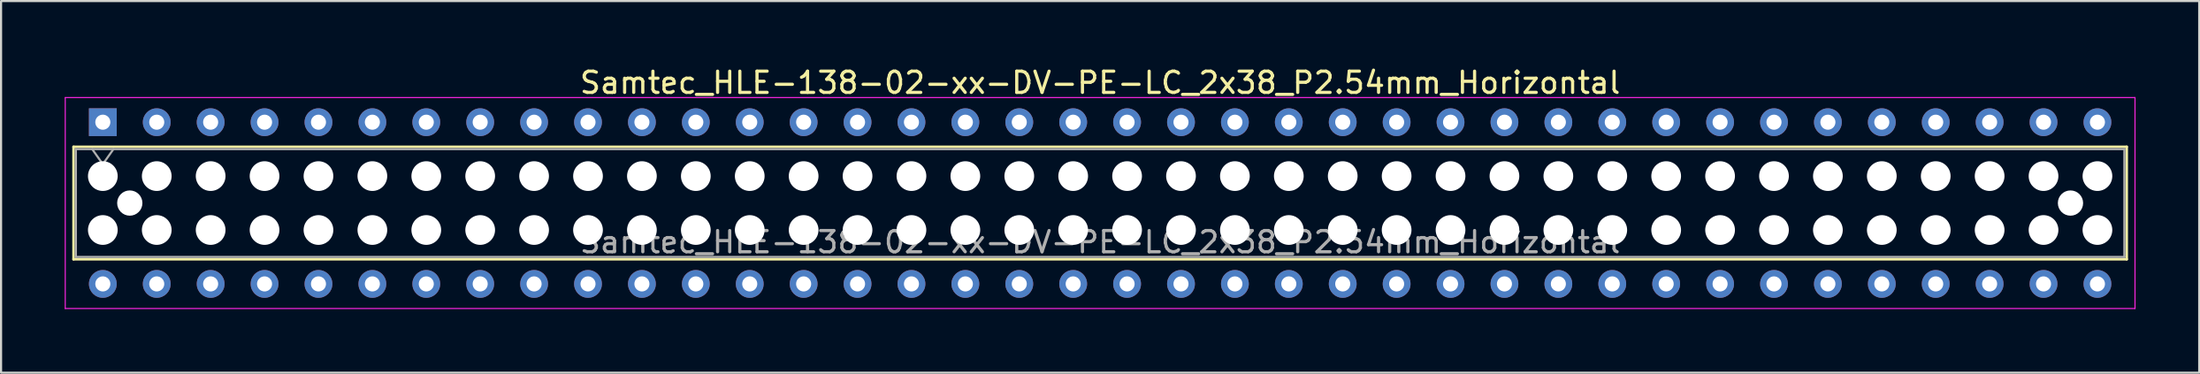
<source format=kicad_pcb>
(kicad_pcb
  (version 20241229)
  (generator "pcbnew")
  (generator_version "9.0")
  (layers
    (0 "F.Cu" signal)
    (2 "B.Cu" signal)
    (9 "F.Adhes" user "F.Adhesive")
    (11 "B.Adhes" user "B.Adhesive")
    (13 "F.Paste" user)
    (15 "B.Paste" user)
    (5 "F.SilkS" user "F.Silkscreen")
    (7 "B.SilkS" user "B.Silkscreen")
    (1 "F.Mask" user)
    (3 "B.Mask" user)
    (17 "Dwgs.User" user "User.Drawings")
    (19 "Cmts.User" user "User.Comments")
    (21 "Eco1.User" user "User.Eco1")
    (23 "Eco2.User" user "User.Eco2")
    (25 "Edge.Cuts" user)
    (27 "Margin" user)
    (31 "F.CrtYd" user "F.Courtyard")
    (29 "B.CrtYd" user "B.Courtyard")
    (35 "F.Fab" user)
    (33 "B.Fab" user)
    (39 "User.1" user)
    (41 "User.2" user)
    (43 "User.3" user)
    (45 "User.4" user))
  (footprint "Samtec_HLE-138-02-xx-DV-PE-LC_2x38_P2.54mm_Horizontal"
    (layer "F.Cu")
    (at 1.795 2.708)
    (property "Reference" "Samtec_HLE-138-02-xx-DV-PE-LC_2x38_P2.54mm_Horizontal" (at 46.99 -1.86 0) (layer "F.SilkS") (effects (font (size 1 1) (thickness 0.15))))
    (attr through_hole)
    (fp_line (start -1.38 1.16) (end 95.36 1.16) (stroke (width 0.12) (type solid)) (layer "F.SilkS"))
    (fp_line (start -1.38 6.46) (end -1.38 1.16) (stroke (width 0.12) (type solid)) (layer "F.SilkS"))
    (fp_line (start 95.36 1.16) (end 95.36 6.46) (stroke (width 0.12) (type solid)) (layer "F.SilkS"))
    (fp_line (start 95.36 6.46) (end -1.38 6.46) (stroke (width 0.12) (type solid)) (layer "F.SilkS"))
    (fp_line (start -1.77 -1.16) (end 95.75 -1.16) (stroke (width 0.05) (type solid)) (layer "F.CrtYd"))
    (fp_line (start -1.77 8.78) (end -1.77 -1.16) (stroke (width 0.05) (type solid)) (layer "F.CrtYd"))
    (fp_line (start 95.75 -1.16) (end 95.75 8.78) (stroke (width 0.05) (type solid)) (layer "F.CrtYd"))
    (fp_line (start 95.75 8.78) (end -1.77 8.78) (stroke (width 0.05) (type solid)) (layer "F.CrtYd"))
    (fp_line (start -1.27 1.27) (end 95.25 1.27) (stroke (width 0.1) (type solid)) (layer "F.Fab"))
    (fp_line (start -1.27 6.35) (end -1.27 1.27) (stroke (width 0.1) (type solid)) (layer "F.Fab"))
    (fp_line (start -0.5 1.27) (end 0 1.977) (stroke (width 0.1) (type solid)) (layer "F.Fab"))
    (fp_line (start 0 1.977) (end 0.5 1.27) (stroke (width 0.1) (type solid)) (layer "F.Fab"))
    (fp_line (start 95.25 1.27) (end 95.25 6.35) (stroke (width 0.1) (type solid)) (layer "F.Fab"))
    (fp_line (start 95.25 6.35) (end -1.27 6.35) (stroke (width 0.1) (type solid)) (layer "F.Fab"))
    (fp_text user "${REFERENCE}" (at 46.99 5.65 0) (layer "F.Fab") (effects (font (size 1 1) (thickness 0.15))))
    (pad "" np_thru_hole circle (at 0 2.54) (size 1.4 1.4) (drill 1.4) (layers "*.Cu" "*.Mask"))
    (pad "" np_thru_hole circle (at 0 5.08) (size 1.4 1.4) (drill 1.4) (layers "*.Cu" "*.Mask"))
    (pad "" np_thru_hole circle (at 1.27 3.81) (size 1.19 1.19) (drill 1.19) (layers "*.Cu" "*.Mask"))
    (pad "" np_thru_hole circle (at 2.54 2.54) (size 1.4 1.4) (drill 1.4) (layers "*.Cu" "*.Mask"))
    (pad "" np_thru_hole circle (at 2.54 5.08) (size 1.4 1.4) (drill 1.4) (layers "*.Cu" "*.Mask"))
    (pad "" np_thru_hole circle (at 5.08 2.54) (size 1.4 1.4) (drill 1.4) (layers "*.Cu" "*.Mask"))
    (pad "" np_thru_hole circle (at 5.08 5.08) (size 1.4 1.4) (drill 1.4) (layers "*.Cu" "*.Mask"))
    (pad "" np_thru_hole circle (at 7.62 2.54) (size 1.4 1.4) (drill 1.4) (layers "*.Cu" "*.Mask"))
    (pad "" np_thru_hole circle (at 7.62 5.08) (size 1.4 1.4) (drill 1.4) (layers "*.Cu" "*.Mask"))
    (pad "" np_thru_hole circle (at 10.16 2.54) (size 1.4 1.4) (drill 1.4) (layers "*.Cu" "*.Mask"))
    (pad "" np_thru_hole circle (at 10.16 5.08) (size 1.4 1.4) (drill 1.4) (layers "*.Cu" "*.Mask"))
    (pad "" np_thru_hole circle (at 12.7 2.54) (size 1.4 1.4) (drill 1.4) (layers "*.Cu" "*.Mask"))
    (pad "" np_thru_hole circle (at 12.7 5.08) (size 1.4 1.4) (drill 1.4) (layers "*.Cu" "*.Mask"))
    (pad "" np_thru_hole circle (at 15.24 2.54) (size 1.4 1.4) (drill 1.4) (layers "*.Cu" "*.Mask"))
    (pad "" np_thru_hole circle (at 15.24 5.08) (size 1.4 1.4) (drill 1.4) (layers "*.Cu" "*.Mask"))
    (pad "" np_thru_hole circle (at 17.78 2.54) (size 1.4 1.4) (drill 1.4) (layers "*.Cu" "*.Mask"))
    (pad "" np_thru_hole circle (at 17.78 5.08) (size 1.4 1.4) (drill 1.4) (layers "*.Cu" "*.Mask"))
    (pad "" np_thru_hole circle (at 20.32 2.54) (size 1.4 1.4) (drill 1.4) (layers "*.Cu" "*.Mask"))
    (pad "" np_thru_hole circle (at 20.32 5.08) (size 1.4 1.4) (drill 1.4) (layers "*.Cu" "*.Mask"))
    (pad "" np_thru_hole circle (at 22.86 2.54) (size 1.4 1.4) (drill 1.4) (layers "*.Cu" "*.Mask"))
    (pad "" np_thru_hole circle (at 22.86 5.08) (size 1.4 1.4) (drill 1.4) (layers "*.Cu" "*.Mask"))
    (pad "" np_thru_hole circle (at 25.4 2.54) (size 1.4 1.4) (drill 1.4) (layers "*.Cu" "*.Mask"))
    (pad "" np_thru_hole circle (at 25.4 5.08) (size 1.4 1.4) (drill 1.4) (layers "*.Cu" "*.Mask"))
    (pad "" np_thru_hole circle (at 27.94 2.54) (size 1.4 1.4) (drill 1.4) (layers "*.Cu" "*.Mask"))
    (pad "" np_thru_hole circle (at 27.94 5.08) (size 1.4 1.4) (drill 1.4) (layers "*.Cu" "*.Mask"))
    (pad "" np_thru_hole circle (at 30.48 2.54) (size 1.4 1.4) (drill 1.4) (layers "*.Cu" "*.Mask"))
    (pad "" np_thru_hole circle (at 30.48 5.08) (size 1.4 1.4) (drill 1.4) (layers "*.Cu" "*.Mask"))
    (pad "" np_thru_hole circle (at 33.02 2.54) (size 1.4 1.4) (drill 1.4) (layers "*.Cu" "*.Mask"))
    (pad "" np_thru_hole circle (at 33.02 5.08) (size 1.4 1.4) (drill 1.4) (layers "*.Cu" "*.Mask"))
    (pad "" np_thru_hole circle (at 35.56 2.54) (size 1.4 1.4) (drill 1.4) (layers "*.Cu" "*.Mask"))
    (pad "" np_thru_hole circle (at 35.56 5.08) (size 1.4 1.4) (drill 1.4) (layers "*.Cu" "*.Mask"))
    (pad "" np_thru_hole circle (at 38.1 2.54) (size 1.4 1.4) (drill 1.4) (layers "*.Cu" "*.Mask"))
    (pad "" np_thru_hole circle (at 38.1 5.08) (size 1.4 1.4) (drill 1.4) (layers "*.Cu" "*.Mask"))
    (pad "" np_thru_hole circle (at 40.64 2.54) (size 1.4 1.4) (drill 1.4) (layers "*.Cu" "*.Mask"))
    (pad "" np_thru_hole circle (at 40.64 5.08) (size 1.4 1.4) (drill 1.4) (layers "*.Cu" "*.Mask"))
    (pad "" np_thru_hole circle (at 43.18 2.54) (size 1.4 1.4) (drill 1.4) (layers "*.Cu" "*.Mask"))
    (pad "" np_thru_hole circle (at 43.18 5.08) (size 1.4 1.4) (drill 1.4) (layers "*.Cu" "*.Mask"))
    (pad "" np_thru_hole circle (at 45.72 2.54) (size 1.4 1.4) (drill 1.4) (layers "*.Cu" "*.Mask"))
    (pad "" np_thru_hole circle (at 45.72 5.08) (size 1.4 1.4) (drill 1.4) (layers "*.Cu" "*.Mask"))
    (pad "" np_thru_hole circle (at 48.26 2.54) (size 1.4 1.4) (drill 1.4) (layers "*.Cu" "*.Mask"))
    (pad "" np_thru_hole circle (at 48.26 5.08) (size 1.4 1.4) (drill 1.4) (layers "*.Cu" "*.Mask"))
    (pad "" np_thru_hole circle (at 50.8 2.54) (size 1.4 1.4) (drill 1.4) (layers "*.Cu" "*.Mask"))
    (pad "" np_thru_hole circle (at 50.8 5.08) (size 1.4 1.4) (drill 1.4) (layers "*.Cu" "*.Mask"))
    (pad "" np_thru_hole circle (at 53.34 2.54) (size 1.4 1.4) (drill 1.4) (layers "*.Cu" "*.Mask"))
    (pad "" np_thru_hole circle (at 53.34 5.08) (size 1.4 1.4) (drill 1.4) (layers "*.Cu" "*.Mask"))
    (pad "" np_thru_hole circle (at 55.88 2.54) (size 1.4 1.4) (drill 1.4) (layers "*.Cu" "*.Mask"))
    (pad "" np_thru_hole circle (at 55.88 5.08) (size 1.4 1.4) (drill 1.4) (layers "*.Cu" "*.Mask"))
    (pad "" np_thru_hole circle (at 58.42 2.54) (size 1.4 1.4) (drill 1.4) (layers "*.Cu" "*.Mask"))
    (pad "" np_thru_hole circle (at 58.42 5.08) (size 1.4 1.4) (drill 1.4) (layers "*.Cu" "*.Mask"))
    (pad "" np_thru_hole circle (at 60.96 2.54) (size 1.4 1.4) (drill 1.4) (layers "*.Cu" "*.Mask"))
    (pad "" np_thru_hole circle (at 60.96 5.08) (size 1.4 1.4) (drill 1.4) (layers "*.Cu" "*.Mask"))
    (pad "" np_thru_hole circle (at 63.5 2.54) (size 1.4 1.4) (drill 1.4) (layers "*.Cu" "*.Mask"))
    (pad "" np_thru_hole circle (at 63.5 5.08) (size 1.4 1.4) (drill 1.4) (layers "*.Cu" "*.Mask"))
    (pad "" np_thru_hole circle (at 66.04 2.54) (size 1.4 1.4) (drill 1.4) (layers "*.Cu" "*.Mask"))
    (pad "" np_thru_hole circle (at 66.04 5.08) (size 1.4 1.4) (drill 1.4) (layers "*.Cu" "*.Mask"))
    (pad "" np_thru_hole circle (at 68.58 2.54) (size 1.4 1.4) (drill 1.4) (layers "*.Cu" "*.Mask"))
    (pad "" np_thru_hole circle (at 68.58 5.08) (size 1.4 1.4) (drill 1.4) (layers "*.Cu" "*.Mask"))
    (pad "" np_thru_hole circle (at 71.12 2.54) (size 1.4 1.4) (drill 1.4) (layers "*.Cu" "*.Mask"))
    (pad "" np_thru_hole circle (at 71.12 5.08) (size 1.4 1.4) (drill 1.4) (layers "*.Cu" "*.Mask"))
    (pad "" np_thru_hole circle (at 73.66 2.54) (size 1.4 1.4) (drill 1.4) (layers "*.Cu" "*.Mask"))
    (pad "" np_thru_hole circle (at 73.66 5.08) (size 1.4 1.4) (drill 1.4) (layers "*.Cu" "*.Mask"))
    (pad "" np_thru_hole circle (at 76.2 2.54) (size 1.4 1.4) (drill 1.4) (layers "*.Cu" "*.Mask"))
    (pad "" np_thru_hole circle (at 76.2 5.08) (size 1.4 1.4) (drill 1.4) (layers "*.Cu" "*.Mask"))
    (pad "" np_thru_hole circle (at 78.74 2.54) (size 1.4 1.4) (drill 1.4) (layers "*.Cu" "*.Mask"))
    (pad "" np_thru_hole circle (at 78.74 5.08) (size 1.4 1.4) (drill 1.4) (layers "*.Cu" "*.Mask"))
    (pad "" np_thru_hole circle (at 81.28 2.54) (size 1.4 1.4) (drill 1.4) (layers "*.Cu" "*.Mask"))
    (pad "" np_thru_hole circle (at 81.28 5.08) (size 1.4 1.4) (drill 1.4) (layers "*.Cu" "*.Mask"))
    (pad "" np_thru_hole circle (at 83.82 2.54) (size 1.4 1.4) (drill 1.4) (layers "*.Cu" "*.Mask"))
    (pad "" np_thru_hole circle (at 83.82 5.08) (size 1.4 1.4) (drill 1.4) (layers "*.Cu" "*.Mask"))
    (pad "" np_thru_hole circle (at 86.36 2.54) (size 1.4 1.4) (drill 1.4) (layers "*.Cu" "*.Mask"))
    (pad "" np_thru_hole circle (at 86.36 5.08) (size 1.4 1.4) (drill 1.4) (layers "*.Cu" "*.Mask"))
    (pad "" np_thru_hole circle (at 88.9 2.54) (size 1.4 1.4) (drill 1.4) (layers "*.Cu" "*.Mask"))
    (pad "" np_thru_hole circle (at 88.9 5.08) (size 1.4 1.4) (drill 1.4) (layers "*.Cu" "*.Mask"))
    (pad "" np_thru_hole circle (at 91.44 2.54) (size 1.4 1.4) (drill 1.4) (layers "*.Cu" "*.Mask"))
    (pad "" np_thru_hole circle (at 91.44 5.08) (size 1.4 1.4) (drill 1.4) (layers "*.Cu" "*.Mask"))
    (pad "" np_thru_hole circle (at 92.71 3.81) (size 1.19 1.19) (drill 1.19) (layers "*.Cu" "*.Mask"))
    (pad "" np_thru_hole circle (at 93.98 2.54) (size 1.4 1.4) (drill 1.4) (layers "*.Cu" "*.Mask"))
    (pad "" np_thru_hole circle (at 93.98 5.08) (size 1.4 1.4) (drill 1.4) (layers "*.Cu" "*.Mask"))
    (pad "1" thru_hole rect (at 0 0) (size 1.31 1.31) (drill 0.71) (layers "*.Cu" "*.Mask"))
    (pad "2" thru_hole circle (at 0 7.62) (size 1.31 1.31) (drill 0.71) (layers "*.Cu" "*.Mask"))
    (pad "3" thru_hole circle (at 2.54 0) (size 1.31 1.31) (drill 0.71) (layers "*.Cu" "*.Mask"))
    (pad "4" thru_hole circle (at 2.54 7.62) (size 1.31 1.31) (drill 0.71) (layers "*.Cu" "*.Mask"))
    (pad "5" thru_hole circle (at 5.08 0) (size 1.31 1.31) (drill 0.71) (layers "*.Cu" "*.Mask"))
    (pad "6" thru_hole circle (at 5.08 7.62) (size 1.31 1.31) (drill 0.71) (layers "*.Cu" "*.Mask"))
    (pad "7" thru_hole circle (at 7.62 0) (size 1.31 1.31) (drill 0.71) (layers "*.Cu" "*.Mask"))
    (pad "8" thru_hole circle (at 7.62 7.62) (size 1.31 1.31) (drill 0.71) (layers "*.Cu" "*.Mask"))
    (pad "9" thru_hole circle (at 10.16 0) (size 1.31 1.31) (drill 0.71) (layers "*.Cu" "*.Mask"))
    (pad "10" thru_hole circle (at 10.16 7.62) (size 1.31 1.31) (drill 0.71) (layers "*.Cu" "*.Mask"))
    (pad "11" thru_hole circle (at 12.7 0) (size 1.31 1.31) (drill 0.71) (layers "*.Cu" "*.Mask"))
    (pad "12" thru_hole circle (at 12.7 7.62) (size 1.31 1.31) (drill 0.71) (layers "*.Cu" "*.Mask"))
    (pad "13" thru_hole circle (at 15.24 0) (size 1.31 1.31) (drill 0.71) (layers "*.Cu" "*.Mask"))
    (pad "14" thru_hole circle (at 15.24 7.62) (size 1.31 1.31) (drill 0.71) (layers "*.Cu" "*.Mask"))
    (pad "15" thru_hole circle (at 17.78 0) (size 1.31 1.31) (drill 0.71) (layers "*.Cu" "*.Mask"))
    (pad "16" thru_hole circle (at 17.78 7.62) (size 1.31 1.31) (drill 0.71) (layers "*.Cu" "*.Mask"))
    (pad "17" thru_hole circle (at 20.32 0) (size 1.31 1.31) (drill 0.71) (layers "*.Cu" "*.Mask"))
    (pad "18" thru_hole circle (at 20.32 7.62) (size 1.31 1.31) (drill 0.71) (layers "*.Cu" "*.Mask"))
    (pad "19" thru_hole circle (at 22.86 0) (size 1.31 1.31) (drill 0.71) (layers "*.Cu" "*.Mask"))
    (pad "20" thru_hole circle (at 22.86 7.62) (size 1.31 1.31) (drill 0.71) (layers "*.Cu" "*.Mask"))
    (pad "21" thru_hole circle (at 25.4 0) (size 1.31 1.31) (drill 0.71) (layers "*.Cu" "*.Mask"))
    (pad "22" thru_hole circle (at 25.4 7.62) (size 1.31 1.31) (drill 0.71) (layers "*.Cu" "*.Mask"))
    (pad "23" thru_hole circle (at 27.94 0) (size 1.31 1.31) (drill 0.71) (layers "*.Cu" "*.Mask"))
    (pad "24" thru_hole circle (at 27.94 7.62) (size 1.31 1.31) (drill 0.71) (layers "*.Cu" "*.Mask"))
    (pad "25" thru_hole circle (at 30.48 0) (size 1.31 1.31) (drill 0.71) (layers "*.Cu" "*.Mask"))
    (pad "26" thru_hole circle (at 30.48 7.62) (size 1.31 1.31) (drill 0.71) (layers "*.Cu" "*.Mask"))
    (pad "27" thru_hole circle (at 33.02 0) (size 1.31 1.31) (drill 0.71) (layers "*.Cu" "*.Mask"))
    (pad "28" thru_hole circle (at 33.02 7.62) (size 1.31 1.31) (drill 0.71) (layers "*.Cu" "*.Mask"))
    (pad "29" thru_hole circle (at 35.56 0) (size 1.31 1.31) (drill 0.71) (layers "*.Cu" "*.Mask"))
    (pad "30" thru_hole circle (at 35.56 7.62) (size 1.31 1.31) (drill 0.71) (layers "*.Cu" "*.Mask"))
    (pad "31" thru_hole circle (at 38.1 0) (size 1.31 1.31) (drill 0.71) (layers "*.Cu" "*.Mask"))
    (pad "32" thru_hole circle (at 38.1 7.62) (size 1.31 1.31) (drill 0.71) (layers "*.Cu" "*.Mask"))
    (pad "33" thru_hole circle (at 40.64 0) (size 1.31 1.31) (drill 0.71) (layers "*.Cu" "*.Mask"))
    (pad "34" thru_hole circle (at 40.64 7.62) (size 1.31 1.31) (drill 0.71) (layers "*.Cu" "*.Mask"))
    (pad "35" thru_hole circle (at 43.18 0) (size 1.31 1.31) (drill 0.71) (layers "*.Cu" "*.Mask"))
    (pad "36" thru_hole circle (at 43.18 7.62) (size 1.31 1.31) (drill 0.71) (layers "*.Cu" "*.Mask"))
    (pad "37" thru_hole circle (at 45.72 0) (size 1.31 1.31) (drill 0.71) (layers "*.Cu" "*.Mask"))
    (pad "38" thru_hole circle (at 45.72 7.62) (size 1.31 1.31) (drill 0.71) (layers "*.Cu" "*.Mask"))
    (pad "39" thru_hole circle (at 48.26 0) (size 1.31 1.31) (drill 0.71) (layers "*.Cu" "*.Mask"))
    (pad "40" thru_hole circle (at 48.26 7.62) (size 1.31 1.31) (drill 0.71) (layers "*.Cu" "*.Mask"))
    (pad "41" thru_hole circle (at 50.8 0) (size 1.31 1.31) (drill 0.71) (layers "*.Cu" "*.Mask"))
    (pad "42" thru_hole circle (at 50.8 7.62) (size 1.31 1.31) (drill 0.71) (layers "*.Cu" "*.Mask"))
    (pad "43" thru_hole circle (at 53.34 0) (size 1.31 1.31) (drill 0.71) (layers "*.Cu" "*.Mask"))
    (pad "44" thru_hole circle (at 53.34 7.62) (size 1.31 1.31) (drill 0.71) (layers "*.Cu" "*.Mask"))
    (pad "45" thru_hole circle (at 55.88 0) (size 1.31 1.31) (drill 0.71) (layers "*.Cu" "*.Mask"))
    (pad "46" thru_hole circle (at 55.88 7.62) (size 1.31 1.31) (drill 0.71) (layers "*.Cu" "*.Mask"))
    (pad "47" thru_hole circle (at 58.42 0) (size 1.31 1.31) (drill 0.71) (layers "*.Cu" "*.Mask"))
    (pad "48" thru_hole circle (at 58.42 7.62) (size 1.31 1.31) (drill 0.71) (layers "*.Cu" "*.Mask"))
    (pad "49" thru_hole circle (at 60.96 0) (size 1.31 1.31) (drill 0.71) (layers "*.Cu" "*.Mask"))
    (pad "50" thru_hole circle (at 60.96 7.62) (size 1.31 1.31) (drill 0.71) (layers "*.Cu" "*.Mask"))
    (pad "51" thru_hole circle (at 63.5 0) (size 1.31 1.31) (drill 0.71) (layers "*.Cu" "*.Mask"))
    (pad "52" thru_hole circle (at 63.5 7.62) (size 1.31 1.31) (drill 0.71) (layers "*.Cu" "*.Mask"))
    (pad "53" thru_hole circle (at 66.04 0) (size 1.31 1.31) (drill 0.71) (layers "*.Cu" "*.Mask"))
    (pad "54" thru_hole circle (at 66.04 7.62) (size 1.31 1.31) (drill 0.71) (layers "*.Cu" "*.Mask"))
    (pad "55" thru_hole circle (at 68.58 0) (size 1.31 1.31) (drill 0.71) (layers "*.Cu" "*.Mask"))
    (pad "56" thru_hole circle (at 68.58 7.62) (size 1.31 1.31) (drill 0.71) (layers "*.Cu" "*.Mask"))
    (pad "57" thru_hole circle (at 71.12 0) (size 1.31 1.31) (drill 0.71) (layers "*.Cu" "*.Mask"))
    (pad "58" thru_hole circle (at 71.12 7.62) (size 1.31 1.31) (drill 0.71) (layers "*.Cu" "*.Mask"))
    (pad "59" thru_hole circle (at 73.66 0) (size 1.31 1.31) (drill 0.71) (layers "*.Cu" "*.Mask"))
    (pad "60" thru_hole circle (at 73.66 7.62) (size 1.31 1.31) (drill 0.71) (layers "*.Cu" "*.Mask"))
    (pad "61" thru_hole circle (at 76.2 0) (size 1.31 1.31) (drill 0.71) (layers "*.Cu" "*.Mask"))
    (pad "62" thru_hole circle (at 76.2 7.62) (size 1.31 1.31) (drill 0.71) (layers "*.Cu" "*.Mask"))
    (pad "63" thru_hole circle (at 78.74 0) (size 1.31 1.31) (drill 0.71) (layers "*.Cu" "*.Mask"))
    (pad "64" thru_hole circle (at 78.74 7.62) (size 1.31 1.31) (drill 0.71) (layers "*.Cu" "*.Mask"))
    (pad "65" thru_hole circle (at 81.28 0) (size 1.31 1.31) (drill 0.71) (layers "*.Cu" "*.Mask"))
    (pad "66" thru_hole circle (at 81.28 7.62) (size 1.31 1.31) (drill 0.71) (layers "*.Cu" "*.Mask"))
    (pad "67" thru_hole circle (at 83.82 0) (size 1.31 1.31) (drill 0.71) (layers "*.Cu" "*.Mask"))
    (pad "68" thru_hole circle (at 83.82 7.62) (size 1.31 1.31) (drill 0.71) (layers "*.Cu" "*.Mask"))
    (pad "69" thru_hole circle (at 86.36 0) (size 1.31 1.31) (drill 0.71) (layers "*.Cu" "*.Mask"))
    (pad "70" thru_hole circle (at 86.36 7.62) (size 1.31 1.31) (drill 0.71) (layers "*.Cu" "*.Mask"))
    (pad "71" thru_hole circle (at 88.9 0) (size 1.31 1.31) (drill 0.71) (layers "*.Cu" "*.Mask"))
    (pad "72" thru_hole circle (at 88.9 7.62) (size 1.31 1.31) (drill 0.71) (layers "*.Cu" "*.Mask"))
    (pad "73" thru_hole circle (at 91.44 0) (size 1.31 1.31) (drill 0.71) (layers "*.Cu" "*.Mask"))
    (pad "74" thru_hole circle (at 91.44 7.62) (size 1.31 1.31) (drill 0.71) (layers "*.Cu" "*.Mask"))
    (pad "75" thru_hole circle (at 93.98 0) (size 1.31 1.31) (drill 0.71) (layers "*.Cu" "*.Mask"))
    (pad "76" thru_hole circle (at 93.98 7.62) (size 1.31 1.31) (drill 0.71) (layers "*.Cu" "*.Mask")))
  (gr_rect
    (start -3 -3)
    (end 100.57 14.513)
    (stroke (width 0.1) (type default))
    (fill no)
    (layer "Edge.Cuts")))
</source>
